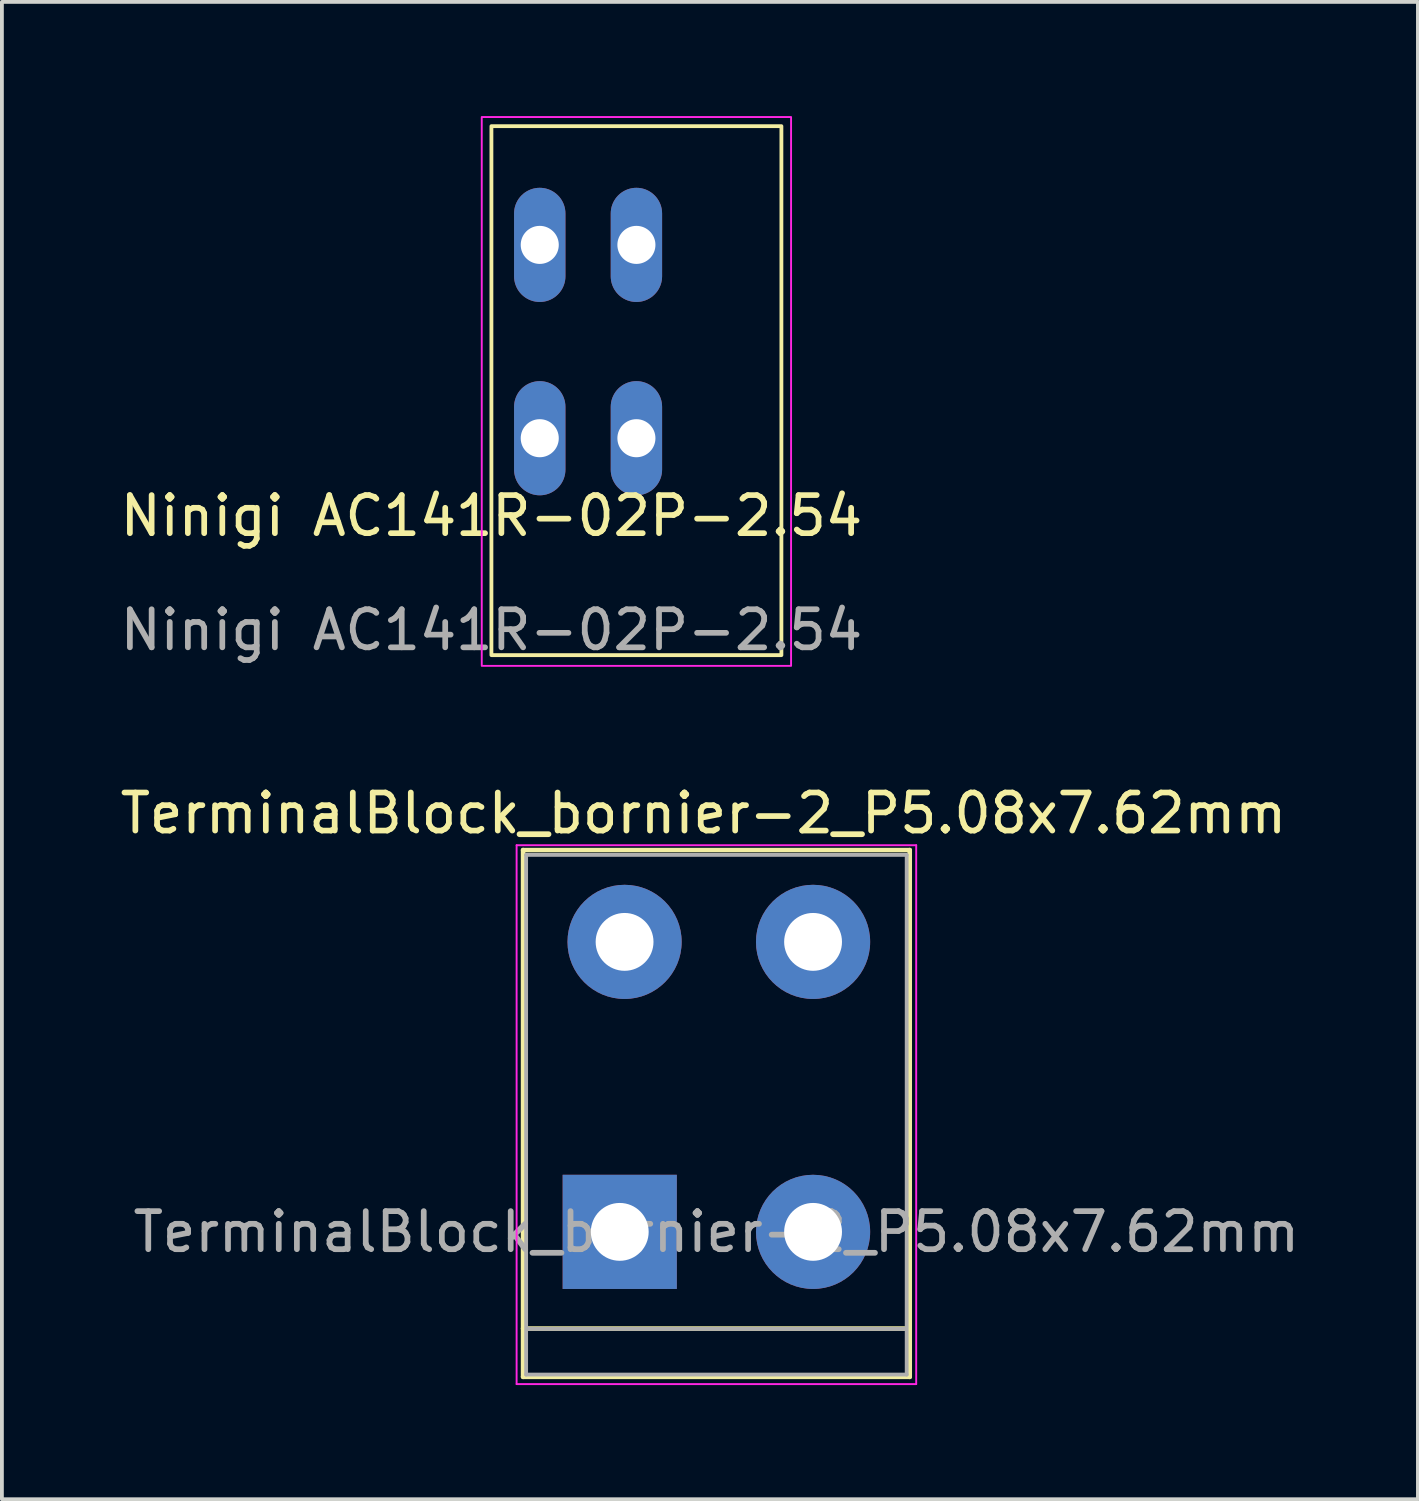
<source format=kicad_pcb>
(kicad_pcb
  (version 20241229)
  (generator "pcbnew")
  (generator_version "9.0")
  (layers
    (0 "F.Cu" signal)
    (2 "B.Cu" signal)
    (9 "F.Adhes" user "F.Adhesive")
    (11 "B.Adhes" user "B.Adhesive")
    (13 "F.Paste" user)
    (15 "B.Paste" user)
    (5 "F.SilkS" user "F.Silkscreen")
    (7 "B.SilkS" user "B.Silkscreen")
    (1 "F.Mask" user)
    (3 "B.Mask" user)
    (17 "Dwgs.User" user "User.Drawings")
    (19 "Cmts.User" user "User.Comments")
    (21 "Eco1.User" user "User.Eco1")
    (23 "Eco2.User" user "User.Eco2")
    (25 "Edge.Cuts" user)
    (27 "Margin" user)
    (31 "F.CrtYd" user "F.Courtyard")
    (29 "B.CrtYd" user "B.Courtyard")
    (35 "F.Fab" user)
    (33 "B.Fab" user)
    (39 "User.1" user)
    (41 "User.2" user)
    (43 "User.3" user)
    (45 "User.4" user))
  (footprint "TerminalBlock_bornier-2_P5.08x7.62mm"
    (layer "F.Cu")
    (at 13.235 29.32)
    (property "Reference" "TerminalBlock_bornier-2_P5.08x7.62mm" (at 2.2 -11 0) (layer "F.SilkS") (effects (font (size 1 1) (thickness 0.15))))
    (attr through_hole)
    (fp_line (start -2.54 -10.033) (end -2.54 3.81) (stroke (width 0.12) (type solid)) (layer "F.SilkS"))
    (fp_line (start -2.54 3.81) (end 7.62 3.81) (stroke (width 0.12) (type solid)) (layer "F.SilkS"))
    (fp_line (start 7.62 -10.033) (end -2.54 -10.033) (stroke (width 0.12) (type solid)) (layer "F.SilkS"))
    (fp_line (start 7.62 2.54) (end -2.54 2.54) (stroke (width 0.12) (type solid)) (layer "F.SilkS"))
    (fp_line (start 7.62 3.81) (end 7.62 -10.033) (stroke (width 0.12) (type solid)) (layer "F.SilkS"))
    (fp_line (start -2.71 -10.16) (end -2.71 4) (stroke (width 0.05) (type solid)) (layer "F.CrtYd"))
    (fp_line (start -2.71 -10.16) (end 7.79 -10.16) (stroke (width 0.05) (type solid)) (layer "F.CrtYd"))
    (fp_line (start 7.79 4) (end -2.71 4) (stroke (width 0.05) (type solid)) (layer "F.CrtYd"))
    (fp_line (start 7.79 4) (end 7.79 -10.16) (stroke (width 0.05) (type solid)) (layer "F.CrtYd"))
    (fp_line (start -2.46 -9.906) (end -2.46 3.75) (stroke (width 0.1) (type solid)) (layer "F.Fab"))
    (fp_line (start -2.46 3.75) (end 7.54 3.75) (stroke (width 0.1) (type solid)) (layer "F.Fab"))
    (fp_line (start -2.41 2.55) (end 7.49 2.55) (stroke (width 0.1) (type solid)) (layer "F.Fab"))
    (fp_line (start 7.54 -9.906) (end -2.46 -9.906) (stroke (width 0.1) (type solid)) (layer "F.Fab"))
    (fp_line (start 7.54 3.75) (end 7.54 -9.906) (stroke (width 0.1) (type solid)) (layer "F.Fab"))
    (fp_text user "${REFERENCE}" (at 2.54 0 0) (layer "F.Fab") (effects (font (size 1 1) (thickness 0.15))))
    (pad "1" thru_hole rect (at 0 0) (size 3 3) (drill 1.52) (layers "*.Cu" "*.Mask"))
    (pad "1" thru_hole circle (at 0.127 -7.62) (size 3 3) (drill 1.52) (layers "*.Cu" "*.Mask"))
    (pad "2" thru_hole circle (at 5.08 -7.62) (size 3 3) (drill 1.52) (layers "*.Cu" "*.Mask"))
    (pad "2" thru_hole circle (at 5.08 0) (size 3 3) (drill 1.52) (layers "*.Cu" "*.Mask")))
  (footprint "Ninigi AC141R-02P-2.54"
    (layer "F.Cu")
    (at 9.863 11.005)
    (property "Reference" "Ninigi AC141R-02P-2.54" (at 0 -0.5 0) (unlocked yes) (layer "F.SilkS") (effects (font (size 1 1) (thickness 0.15))))
    (attr through_hole)
    (fp_rect (start 0 -10.74) (end 7.62 3.16) (stroke (width 0.1) (type default)) (fill no) (layer "F.SilkS"))
    (fp_rect (start -0.254 -10.98) (end 7.874 3.442) (stroke (width 0.05) (type default)) (fill no) (layer "F.CrtYd"))
    (fp_text user "${REFERENCE}" (at 0 2.5 0) (unlocked yes) (layer "F.Fab") (effects (font (size 1 1) (thickness 0.15))))
    (pad "1" thru_hole oval (at 1.27 -7.62) (size 1.35 3) (drill 1) (layers "*.Cu" "*.Mask"))
    (pad "1" thru_hole oval (at 1.27 -2.54) (size 1.35 3) (drill 1) (layers "*.Cu" "*.Mask"))
    (pad "2" thru_hole oval (at 3.81 -7.62) (size 1.35 3) (drill 1) (layers "*.Cu" "*.Mask"))
    (pad "2" thru_hole oval (at 3.81 -2.54) (size 1.35 3) (drill 1) (layers "*.Cu" "*.Mask")))
  (gr_rect
    (start -3 -3)
    (end 34.209 36.345)
    (stroke (width 0.1) (type default))
    (fill no)
    (layer "Edge.Cuts")))
</source>
